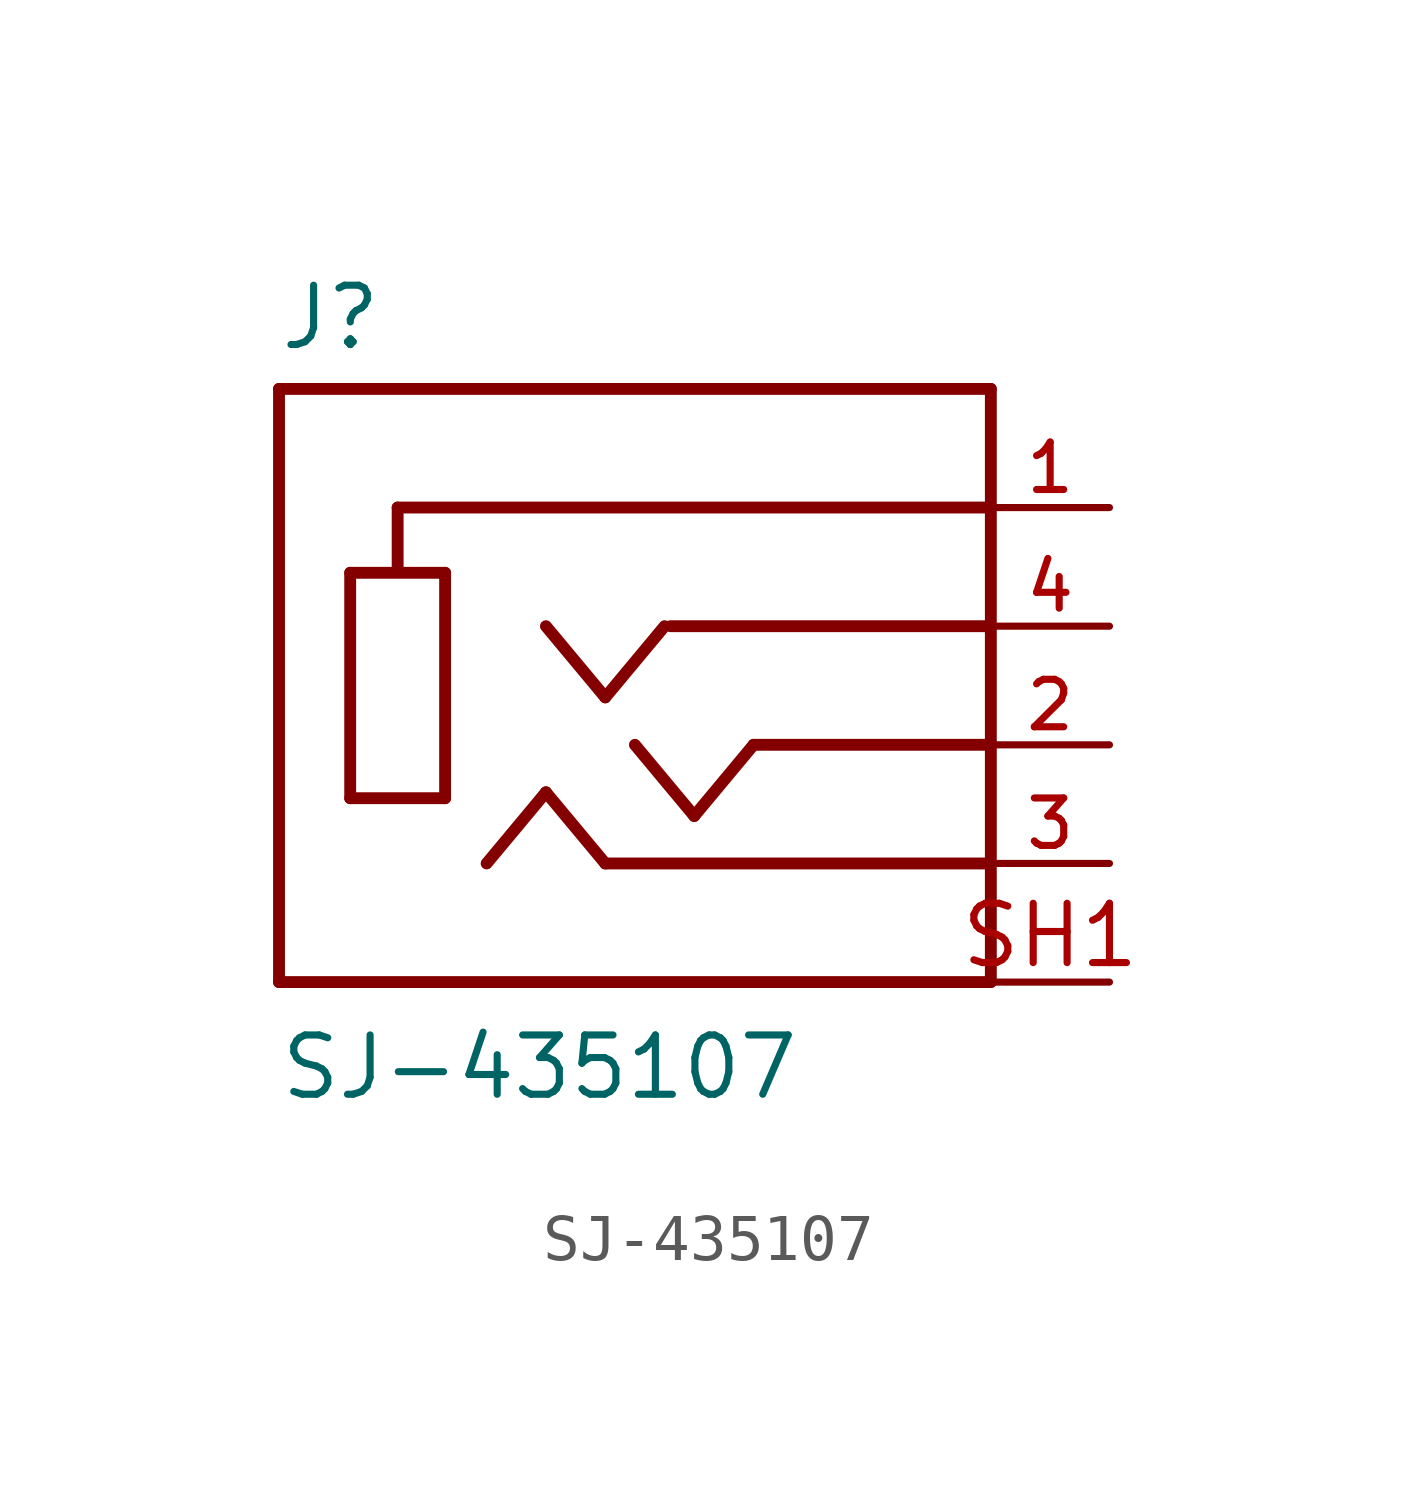
<source format=kicad_sym>
(kicad_symbol_lib
  (version 20211014)
  (generator kicad_symbol_editor)
  (symbol "SJ-435107"
    (pin_names
      (offset 1.016) hide)
    (property "Reference" "J"
      (at -7.645 8.407 0)
      (effects (font (size 1.27 1.27)) (justify left bottom)))
    (property "Value" "SJ-435107"
      (at -7.645 -7.645 0)
      (effects (font (size 1.27 1.27)) (justify left bottom)))
    (property "ki_locked" ""
      (at 0 0 0)
      (effects (font (size 1.27 1.27))))
    (symbol "SJ-435107_0_0"
      (polyline (pts (xy -7.62 -5.08) (xy -7.62 7.62)) (stroke (width 0.254) (type default) (color 0 0 0 0)) (fill (type none)))
      (polyline (pts (xy -7.62 7.62) (xy 7.62 7.62)) (stroke (width 0.254) (type default) (color 0 0 0 0)) (fill (type none)))
      (polyline (pts (xy -6.096 -1.143) (xy -4.064 -1.143)) (stroke (width 0.254) (type default) (color 0 0 0 0)) (fill (type none)))
      (polyline (pts (xy -6.096 3.683) (xy -6.096 -1.143)) (stroke (width 0.254) (type default) (color 0 0 0 0)) (fill (type none)))
      (polyline (pts (xy -5.08 3.81) (xy -5.08 5.08)) (stroke (width 0.254) (type default) (color 0 0 0 0)) (fill (type none)))
      (polyline (pts (xy -5.08 5.08) (xy 7.62 5.08)) (stroke (width 0.254) (type default) (color 0 0 0 0)) (fill (type none)))
      (polyline (pts (xy -4.064 -1.143) (xy -4.064 3.683)) (stroke (width 0.254) (type default) (color 0 0 0 0)) (fill (type none)))
      (polyline (pts (xy -4.064 3.683) (xy -6.096 3.683)) (stroke (width 0.254) (type default) (color 0 0 0 0)) (fill (type none)))
      (polyline (pts (xy -3.175 -2.54) (xy -1.905 -1.016)) (stroke (width 0.254) (type default) (color 0 0 0 0)) (fill (type none)))
      (polyline (pts (xy -1.905 -1.016) (xy -0.635 -2.54)) (stroke (width 0.254) (type default) (color 0 0 0 0)) (fill (type none)))
      (polyline (pts (xy -0.635 -2.54) (xy 7.62 -2.54)) (stroke (width 0.254) (type default) (color 0 0 0 0)) (fill (type none)))
      (polyline (pts (xy -0.635 1.016) (xy -1.905 2.54)) (stroke (width 0.254) (type default) (color 0 0 0 0)) (fill (type none)))
      (polyline (pts (xy 0 0) (xy 1.27 -1.524)) (stroke (width 0.254) (type default) (color 0 0 0 0)) (fill (type none)))
      (polyline (pts (xy 0.635 2.54) (xy -0.635 1.016)) (stroke (width 0.254) (type default) (color 0 0 0 0)) (fill (type none)))
      (polyline (pts (xy 1.27 -1.524) (xy 2.54 0)) (stroke (width 0.254) (type default) (color 0 0 0 0)) (fill (type none)))
      (polyline (pts (xy 2.54 0) (xy 7.62 0)) (stroke (width 0.254) (type default) (color 0 0 0 0)) (fill (type none)))
      (polyline (pts (xy 7.62 -5.08) (xy -7.62 -5.08)) (stroke (width 0.254) (type default) (color 0 0 0 0)) (fill (type none)))
      (polyline (pts (xy 7.62 -2.54) (xy 7.62 -5.08)) (stroke (width 0.254) (type default) (color 0 0 0 0)) (fill (type none)))
      (polyline (pts (xy 7.62 0) (xy 7.62 -2.54)) (stroke (width 0.254) (type default) (color 0 0 0 0)) (fill (type none)))
      (polyline (pts (xy 7.62 2.54) (xy 0.762 2.54)) (stroke (width 0.254) (type default) (color 0 0 0 0)) (fill (type none)))
      (polyline (pts (xy 7.62 5.08) (xy 7.62 0)) (stroke (width 0.254) (type default) (color 0 0 0 0)) (fill (type none)))
      (polyline (pts (xy 7.62 5.08) (xy 7.62 7.62)) (stroke (width 0.254) (type default) (color 0 0 0 0)) (fill (type none)))
      (pin passive line (at 10.16 5.08 180) (length 2.54) (name "~" (effects (font (size 1.016 1.016)))) (number "1" (effects (font (size 1.016 1.016)))))
      (pin passive line (at 10.16 0 180) (length 2.54) (name "~" (effects (font (size 1.016 1.016)))) (number "2" (effects (font (size 1.016 1.016)))))
      (pin passive line (at 10.16 -2.54 180) (length 2.54) (name "~" (effects (font (size 1.016 1.016)))) (number "3" (effects (font (size 1.016 1.016)))))
      (pin passive line (at 10.16 2.54 180) (length 2.54) (name "~" (effects (font (size 1.016 1.016)))) (number "4" (effects (font (size 1.016 1.016))))))
    (symbol "SJ-435107_1_1"
      (pin passive line (at 10.16 -5.08 180) (length 2.54) (name "Shield" (effects (font (size 1.27 1.27)))) (number "SH1" (effects (font (size 1.27 1.27)))) (alternate "SH2" input line)))))
</source>
